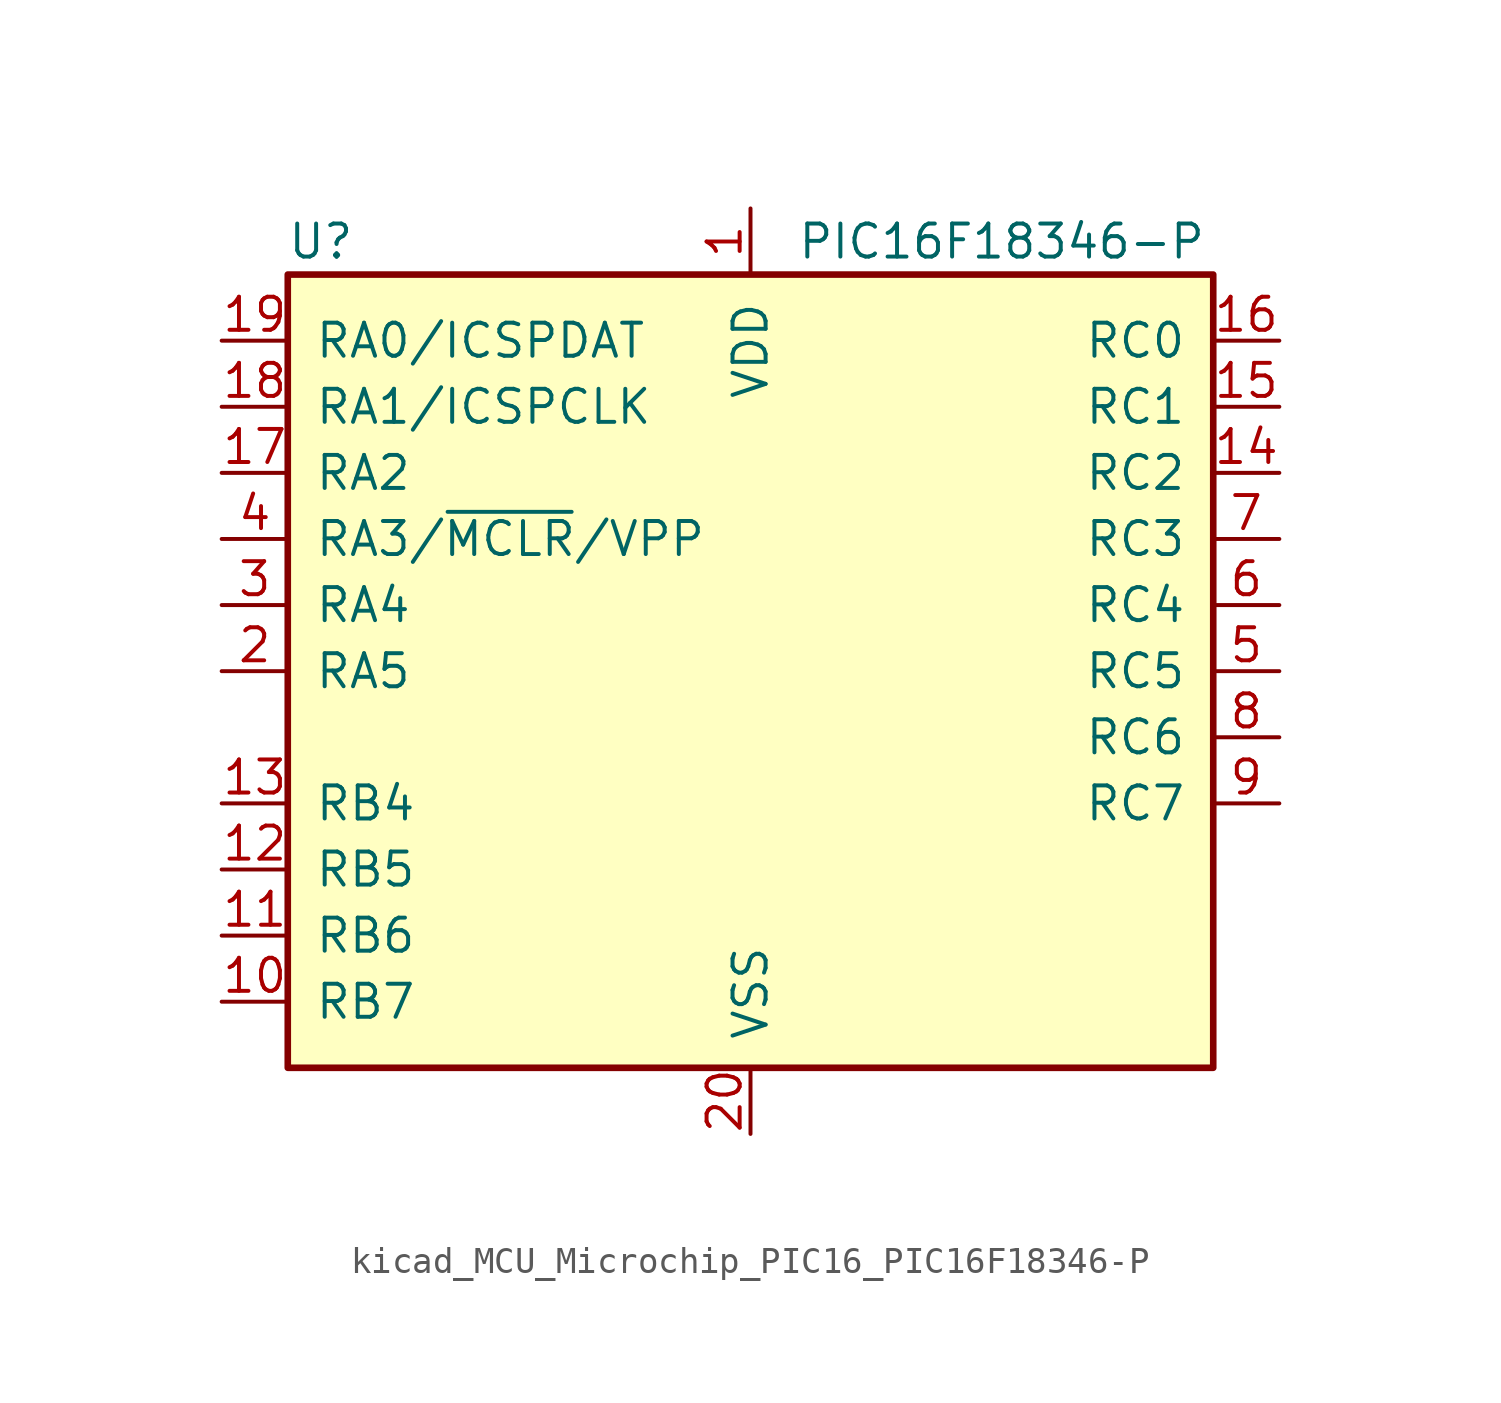
<source format=kicad_sym>
(kicad_symbol_lib
  (version 20220914)
  (generator kicad_symbol_editor)
  (symbol "kicad_MCU_Microchip_PIC16_PIC16F18346-P"
    (pin_names
      (offset 1.016))
    (property "Reference" "U"
      (at -16.51 16.51 0)
      (effects (font (size 1.27 1.27))))
    (property "Value" "PIC16F18346-P"
      (at 9.652 16.51 0)
      (effects (font (size 1.27 1.27))))
    (symbol "kicad_MCU_Microchip_PIC16_PIC16F18346-P_0_1"
      (rectangle (start -17.78 15.24) (end 17.78 -15.24) (stroke (width 0.254) (type default)) (fill (type background))))
    (symbol "kicad_MCU_Microchip_PIC16_PIC16F18346-P_1_1"
      (pin power_in line (at 0 17.78 270) (length 2.54) (name "VDD" (effects (font (size 1.27 1.27)))) (number "1" (effects (font (size 1.27 1.27)))))
      (pin bidirectional line (at -20.32 -12.7 0) (length 2.54) (name "RB7" (effects (font (size 1.27 1.27)))) (number "10" (effects (font (size 1.27 1.27)))))
      (pin bidirectional line (at -20.32 -10.16 0) (length 2.54) (name "RB6" (effects (font (size 1.27 1.27)))) (number "11" (effects (font (size 1.27 1.27)))))
      (pin bidirectional line (at -20.32 -7.62 0) (length 2.54) (name "RB5" (effects (font (size 1.27 1.27)))) (number "12" (effects (font (size 1.27 1.27)))))
      (pin bidirectional line (at -20.32 -5.08 0) (length 2.54) (name "RB4" (effects (font (size 1.27 1.27)))) (number "13" (effects (font (size 1.27 1.27)))))
      (pin bidirectional line (at 20.32 7.62 180) (length 2.54) (name "RC2" (effects (font (size 1.27 1.27)))) (number "14" (effects (font (size 1.27 1.27)))))
      (pin bidirectional line (at 20.32 10.16 180) (length 2.54) (name "RC1" (effects (font (size 1.27 1.27)))) (number "15" (effects (font (size 1.27 1.27)))))
      (pin bidirectional line (at 20.32 12.7 180) (length 2.54) (name "RC0" (effects (font (size 1.27 1.27)))) (number "16" (effects (font (size 1.27 1.27)))))
      (pin bidirectional line (at -20.32 7.62 0) (length 2.54) (name "RA2" (effects (font (size 1.27 1.27)))) (number "17" (effects (font (size 1.27 1.27)))))
      (pin bidirectional line (at -20.32 10.16 0) (length 2.54) (name "RA1/ICSPCLK" (effects (font (size 1.27 1.27)))) (number "18" (effects (font (size 1.27 1.27)))))
      (pin bidirectional line (at -20.32 12.7 0) (length 2.54) (name "RA0/ICSPDAT" (effects (font (size 1.27 1.27)))) (number "19" (effects (font (size 1.27 1.27)))))
      (pin bidirectional line (at -20.32 0 0) (length 2.54) (name "RA5" (effects (font (size 1.27 1.27)))) (number "2" (effects (font (size 1.27 1.27)))))
      (pin power_in line (at 0 -17.78 90) (length 2.54) (name "VSS" (effects (font (size 1.27 1.27)))) (number "20" (effects (font (size 1.27 1.27)))))
      (pin bidirectional line (at -20.32 2.54 0) (length 2.54) (name "RA4" (effects (font (size 1.27 1.27)))) (number "3" (effects (font (size 1.27 1.27)))))
      (pin bidirectional line (at -20.32 5.08 0) (length 2.54) (name "RA3/~{MCLR}/VPP" (effects (font (size 1.27 1.27)))) (number "4" (effects (font (size 1.27 1.27)))))
      (pin bidirectional line (at 20.32 0 180) (length 2.54) (name "RC5" (effects (font (size 1.27 1.27)))) (number "5" (effects (font (size 1.27 1.27)))))
      (pin bidirectional line (at 20.32 2.54 180) (length 2.54) (name "RC4" (effects (font (size 1.27 1.27)))) (number "6" (effects (font (size 1.27 1.27)))))
      (pin bidirectional line (at 20.32 5.08 180) (length 2.54) (name "RC3" (effects (font (size 1.27 1.27)))) (number "7" (effects (font (size 1.27 1.27)))))
      (pin bidirectional line (at 20.32 -2.54 180) (length 2.54) (name "RC6" (effects (font (size 1.27 1.27)))) (number "8" (effects (font (size 1.27 1.27)))))
      (pin bidirectional line (at 20.32 -5.08 180) (length 2.54) (name "RC7" (effects (font (size 1.27 1.27)))) (number "9" (effects (font (size 1.27 1.27))))))))
</source>
